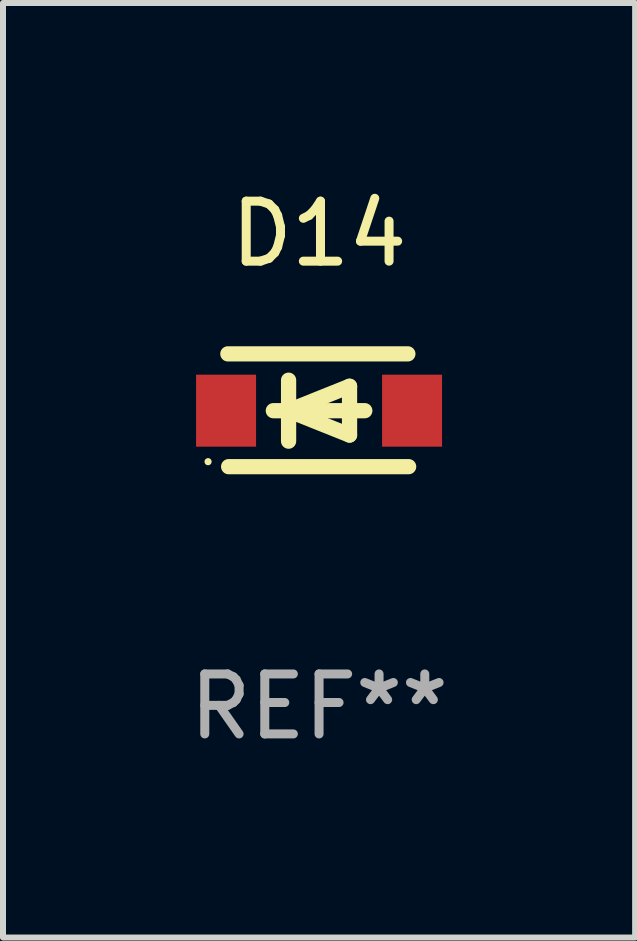
<source format=kicad_pcb>
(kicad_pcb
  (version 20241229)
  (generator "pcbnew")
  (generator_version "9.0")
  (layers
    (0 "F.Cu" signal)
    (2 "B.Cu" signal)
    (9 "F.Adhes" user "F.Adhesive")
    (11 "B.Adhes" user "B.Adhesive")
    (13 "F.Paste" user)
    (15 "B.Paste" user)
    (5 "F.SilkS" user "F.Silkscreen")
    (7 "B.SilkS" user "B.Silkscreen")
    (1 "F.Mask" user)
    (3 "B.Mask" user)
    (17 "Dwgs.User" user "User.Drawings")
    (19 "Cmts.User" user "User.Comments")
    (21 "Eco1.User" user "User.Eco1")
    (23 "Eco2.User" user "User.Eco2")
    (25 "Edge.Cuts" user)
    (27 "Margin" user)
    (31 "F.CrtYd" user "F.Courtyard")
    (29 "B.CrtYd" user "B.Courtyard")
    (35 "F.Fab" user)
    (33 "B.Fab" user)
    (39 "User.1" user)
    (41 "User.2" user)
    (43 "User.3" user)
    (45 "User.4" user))
  (footprint "D14"
    (layer "F.Cu")
    (at 2.268 3.788)
    (property "Reference" "D14" (at 0 -2.94 0) (layer "F.SilkS") (effects (font (size 1 1) (thickness 0.15))))
    (attr through_hole)
    (fp_line (start -1.52 -0.94) (end 1.48 -0.94) (stroke (width 0.254) (type solid)) (layer "F.SilkS"))
    (fp_line (start -1.507 0.94) (end 1.493 0.94) (stroke (width 0.254) (type solid)) (layer "F.SilkS"))
    (fp_line (start -0.762 0.007) (end 0.762 0.007) (stroke (width 0.254) (type solid)) (layer "F.SilkS"))
    (fp_line (start -0.508 -0.501) (end -0.508 0.515) (stroke (width 0.254) (type solid)) (layer "F.SilkS"))
    (fp_line (start -0.508 0.007) (end 0.508 -0.4) (stroke (width 0.254) (type solid)) (layer "F.SilkS"))
    (fp_line (start 0.508 -0.4) (end 0.508 0.413) (stroke (width 0.254) (type solid)) (layer "F.SilkS"))
    (fp_line (start 0.508 0.413) (end -0.508 0.007) (stroke (width 0.254) (type solid)) (layer "F.SilkS"))
    (fp_circle (center -1.85 0.857) (end -1.82 0.857) (stroke (width 0.06) (type solid)) (fill no) (layer "F.SilkS"))
    (fp_text user "REF**" (at 0 4.94 0) (layer "F.Fab") (effects (font (size 1 1) (thickness 0.15))))
    (pad "1" smd rect (at -1.55 0.007) (size 1 1.2) (layers "F.Cu" "F.Mask" "F.Paste"))
    (pad "2" smd rect (at 1.55 0.007) (size 1 1.2) (layers "F.Cu" "F.Mask" "F.Paste")))
  (gr_rect
    (start -3 -3)
    (end 7.536 12.576)
    (stroke (width 0.1) (type default))
    (fill no)
    (layer "Edge.Cuts")))
</source>
